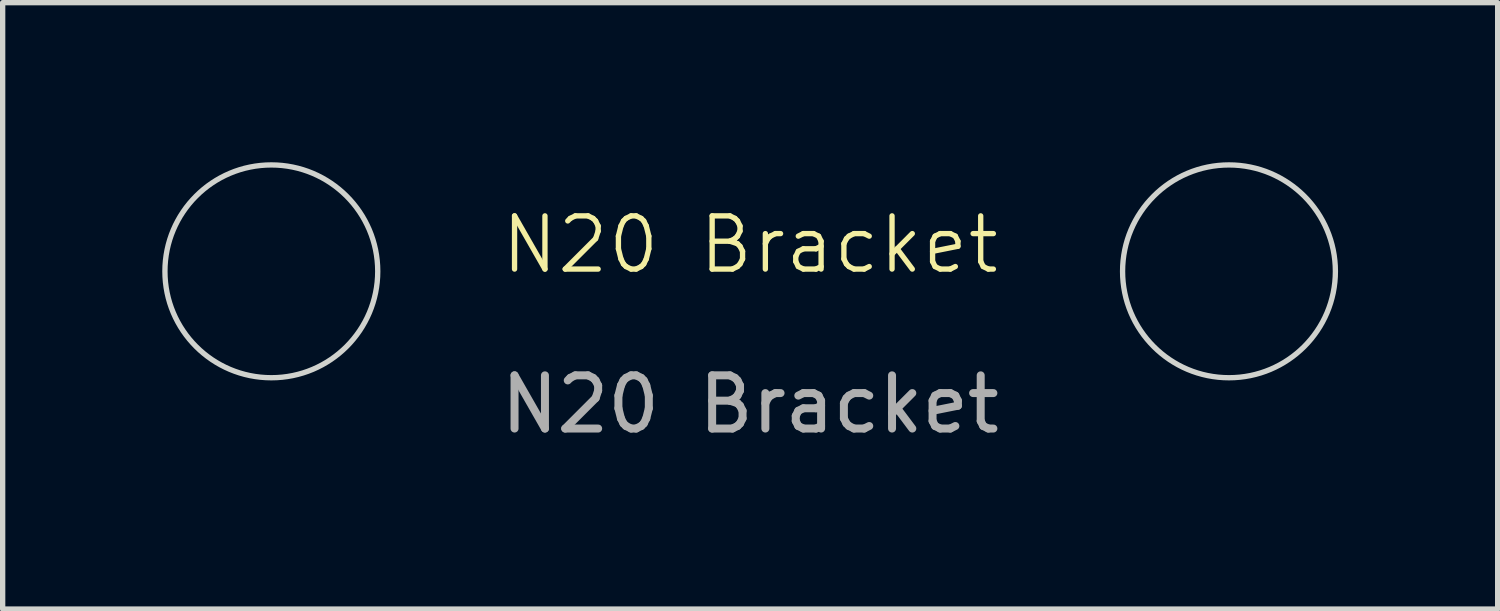
<source format=kicad_pcb>
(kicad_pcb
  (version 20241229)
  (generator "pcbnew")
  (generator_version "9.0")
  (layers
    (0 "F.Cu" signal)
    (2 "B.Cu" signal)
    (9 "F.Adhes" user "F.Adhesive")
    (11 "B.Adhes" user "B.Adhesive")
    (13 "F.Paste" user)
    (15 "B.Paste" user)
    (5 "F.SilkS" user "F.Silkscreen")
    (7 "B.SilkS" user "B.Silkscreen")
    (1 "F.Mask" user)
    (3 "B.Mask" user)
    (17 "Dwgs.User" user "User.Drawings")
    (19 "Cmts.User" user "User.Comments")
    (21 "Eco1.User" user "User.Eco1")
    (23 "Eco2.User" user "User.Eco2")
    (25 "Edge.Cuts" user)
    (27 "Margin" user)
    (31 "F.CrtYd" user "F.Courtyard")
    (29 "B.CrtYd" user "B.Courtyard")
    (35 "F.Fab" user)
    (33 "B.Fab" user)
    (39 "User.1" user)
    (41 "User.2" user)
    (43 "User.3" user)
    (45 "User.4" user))
  (footprint "N20 Bracket"
    (layer "F.Cu")
    (at 11.05 2.05)
    (property "Reference" "N20 Bracket" (at 0 -0.5 0) (unlocked yes) (layer "F.SilkS") (effects (font (size 1 1) (thickness 0.1))))
    (attr smd)
    (fp_circle (center -9 0) (end -7 0) (stroke (width 0.1) (type solid)) (fill no) (layer "Edge.Cuts"))
    (fp_circle (center 9 0) (end 11 0) (stroke (width 0.1) (type solid)) (fill no) (layer "Edge.Cuts"))
    (fp_text user "${REFERENCE}" (at 0 2.5 0) (unlocked yes) (layer "F.Fab") (effects (font (size 1 1) (thickness 0.15)))))
  (gr_rect
    (start -3 -3)
    (end 25.1 8.398)
    (stroke (width 0.1) (type default))
    (fill no)
    (layer "Edge.Cuts")))
</source>
